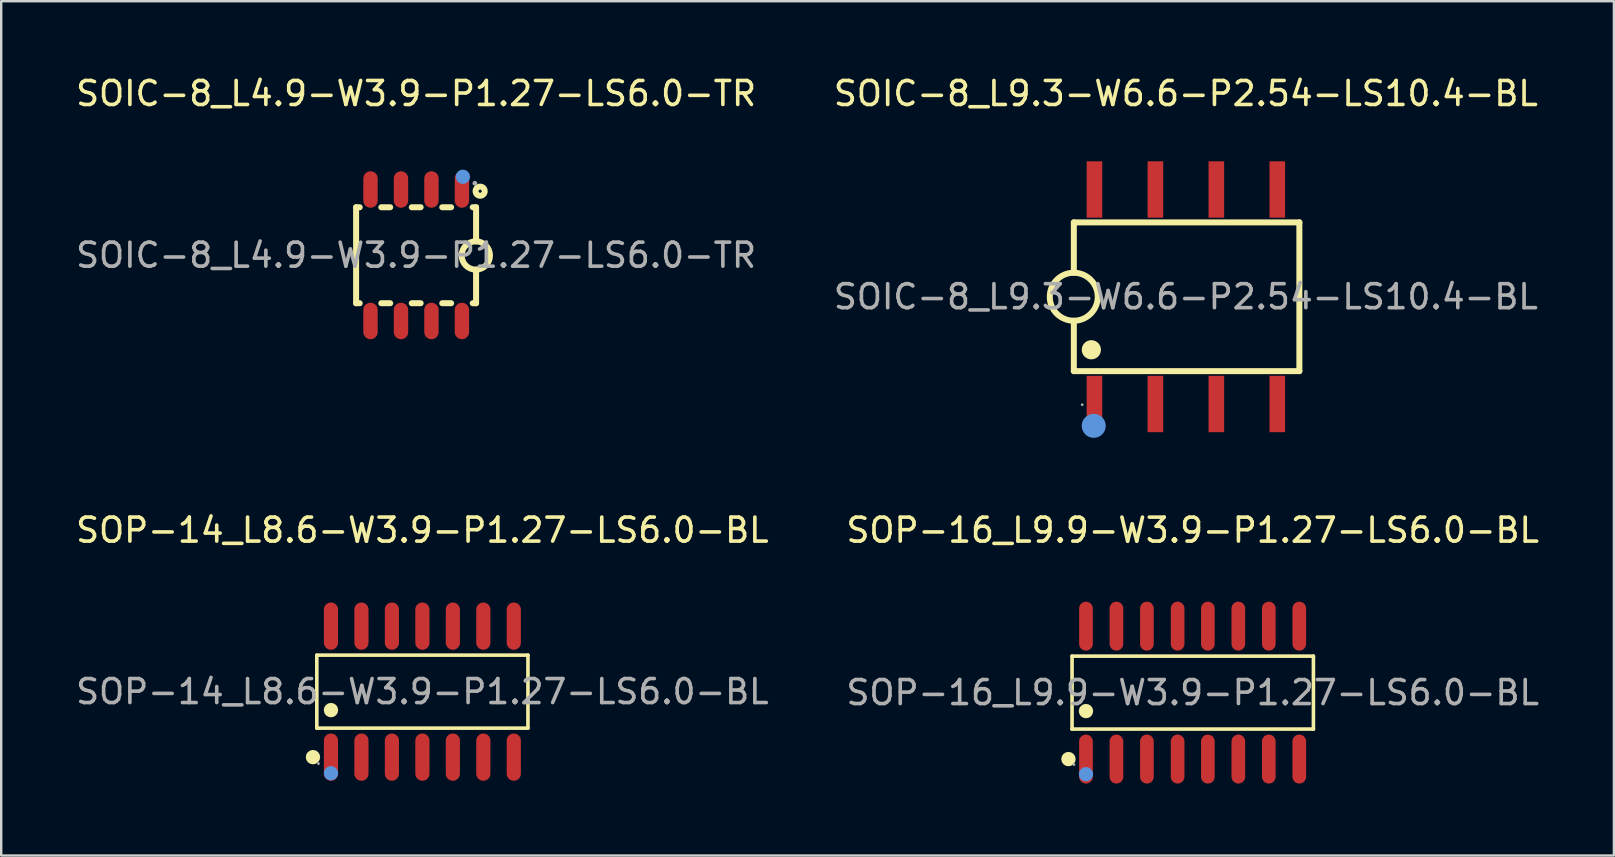
<source format=kicad_pcb>
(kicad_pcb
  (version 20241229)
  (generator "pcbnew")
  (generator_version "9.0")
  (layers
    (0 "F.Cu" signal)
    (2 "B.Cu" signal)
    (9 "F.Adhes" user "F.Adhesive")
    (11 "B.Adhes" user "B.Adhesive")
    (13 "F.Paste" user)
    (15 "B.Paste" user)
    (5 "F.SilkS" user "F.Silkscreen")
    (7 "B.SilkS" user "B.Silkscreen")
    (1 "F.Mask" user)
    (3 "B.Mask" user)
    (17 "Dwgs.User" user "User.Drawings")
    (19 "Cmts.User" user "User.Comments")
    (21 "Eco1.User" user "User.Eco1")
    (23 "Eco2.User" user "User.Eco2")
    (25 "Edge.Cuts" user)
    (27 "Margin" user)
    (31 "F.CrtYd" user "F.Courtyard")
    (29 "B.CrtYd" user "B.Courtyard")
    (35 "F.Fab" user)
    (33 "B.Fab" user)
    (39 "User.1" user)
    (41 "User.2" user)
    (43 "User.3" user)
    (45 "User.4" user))
  (footprint "SOP-14_L8.6-W3.9-P1.27-LS6.0-BL"
    (layer "F.Cu")
    (at 14.554 25.776)
    (property "Reference" "SOP-14_L8.6-W3.9-P1.27-LS6.0-BL" (at 0 -6.73 0) (layer "F.SilkS") (effects (font (size 1 1) (thickness 0.15))))
    (attr through_hole)
    (fp_line (start -4.4 -1.52) (end 4.4 -1.52) (stroke (width 0.15) (type solid)) (layer "F.SilkS"))
    (fp_line (start -4.4 1.52) (end -4.4 -1.52) (stroke (width 0.15) (type solid)) (layer "F.SilkS"))
    (fp_line (start 4.4 -1.52) (end 4.4 1.52) (stroke (width 0.15) (type solid)) (layer "F.SilkS"))
    (fp_line (start 4.4 1.52) (end -4.4 1.52) (stroke (width 0.15) (type solid)) (layer "F.SilkS"))
    (fp_circle (center -4.56 2.73) (end -4.41 2.73) (stroke (width 0.3) (type solid)) (fill no) (layer "F.SilkS"))
    (fp_circle (center -3.81 0.77) (end -3.66 0.77) (stroke (width 0.3) (type solid)) (fill no) (layer "F.SilkS"))
    (fp_circle (center -3.81 3.4) (end -3.66 3.4) (stroke (width 0.3) (type solid)) (fill no) (layer "Cmts.User"))
    (fp_circle (center -4.33 3) (end -4.3 3) (stroke (width 0.06) (type solid)) (fill no) (layer "F.Fab"))
    (fp_text user "${REFERENCE}" (at 0 0 0) (layer "F.Fab") (effects (font (size 1 1) (thickness 0.15))))
    (pad "1" smd oval (at -3.81 2.73) (size 0.59 1.97) (layers "F.Cu" "F.Mask" "F.Paste"))
    (pad "2" smd oval (at -2.54 2.73) (size 0.59 1.97) (layers "F.Cu" "F.Mask" "F.Paste"))
    (pad "3" smd oval (at -1.27 2.73) (size 0.59 1.97) (layers "F.Cu" "F.Mask" "F.Paste"))
    (pad "4" smd oval (at 0 2.73) (size 0.59 1.97) (layers "F.Cu" "F.Mask" "F.Paste"))
    (pad "5" smd oval (at 1.27 2.73) (size 0.59 1.97) (layers "F.Cu" "F.Mask" "F.Paste"))
    (pad "6" smd oval (at 2.54 2.73) (size 0.59 1.97) (layers "F.Cu" "F.Mask" "F.Paste"))
    (pad "7" smd oval (at 3.81 2.73) (size 0.59 1.97) (layers "F.Cu" "F.Mask" "F.Paste"))
    (pad "8" smd oval (at 3.81 -2.73) (size 0.59 1.97) (layers "F.Cu" "F.Mask" "F.Paste"))
    (pad "9" smd oval (at 2.54 -2.73) (size 0.59 1.97) (layers "F.Cu" "F.Mask" "F.Paste"))
    (pad "10" smd oval (at 1.27 -2.73) (size 0.59 1.97) (layers "F.Cu" "F.Mask" "F.Paste"))
    (pad "11" smd oval (at 0 -2.73) (size 0.59 1.97) (layers "F.Cu" "F.Mask" "F.Paste"))
    (pad "12" smd oval (at -1.27 -2.73) (size 0.59 1.97) (layers "F.Cu" "F.Mask" "F.Paste"))
    (pad "13" smd oval (at -2.54 -2.73) (size 0.59 1.97) (layers "F.Cu" "F.Mask" "F.Paste"))
    (pad "14" smd oval (at -3.81 -2.73) (size 0.59 1.97) (layers "F.Cu" "F.Mask" "F.Paste")))
  (footprint "SOP-16_L9.9-W3.9-P1.27-LS6.0-BL"
    (layer "F.Cu")
    (at 46.661 25.817)
    (property "Reference" "SOP-16_L9.9-W3.9-P1.27-LS6.0-BL" (at 0 -6.77 0) (layer "F.SilkS") (effects (font (size 1 1) (thickness 0.15))))
    (attr through_hole)
    (fp_line (start -5.03 -1.52) (end 5.03 -1.52) (stroke (width 0.15) (type solid)) (layer "F.SilkS"))
    (fp_line (start -5.03 1.52) (end -5.03 -1.52) (stroke (width 0.15) (type solid)) (layer "F.SilkS"))
    (fp_line (start 5.03 -1.52) (end 5.03 1.52) (stroke (width 0.15) (type solid)) (layer "F.SilkS"))
    (fp_line (start 5.03 1.52) (end -5.03 1.52) (stroke (width 0.15) (type solid)) (layer "F.SilkS"))
    (fp_circle (center -5.18 2.77) (end -5.03 2.77) (stroke (width 0.3) (type solid)) (fill no) (layer "F.SilkS"))
    (fp_circle (center -4.45 0.77) (end -4.3 0.77) (stroke (width 0.3) (type solid)) (fill no) (layer "F.SilkS"))
    (fp_circle (center -4.45 3.4) (end -4.3 3.4) (stroke (width 0.3) (type solid)) (fill no) (layer "Cmts.User"))
    (fp_circle (center -4.95 3) (end -4.92 3) (stroke (width 0.06) (type solid)) (fill no) (layer "F.Fab"))
    (fp_text user "${REFERENCE}" (at 0 0 0) (layer "F.Fab") (effects (font (size 1 1) (thickness 0.15))))
    (pad "1" smd oval (at -4.45 2.77) (size 0.57 2.04) (layers "F.Cu" "F.Mask" "F.Paste"))
    (pad "2" smd oval (at -3.18 2.77) (size 0.57 2.04) (layers "F.Cu" "F.Mask" "F.Paste"))
    (pad "3" smd oval (at -1.91 2.77) (size 0.57 2.04) (layers "F.Cu" "F.Mask" "F.Paste"))
    (pad "4" smd oval (at -0.63 2.77) (size 0.57 2.04) (layers "F.Cu" "F.Mask" "F.Paste"))
    (pad "5" smd oval (at 0.63 2.77) (size 0.57 2.04) (layers "F.Cu" "F.Mask" "F.Paste"))
    (pad "6" smd oval (at 1.9 2.77) (size 0.57 2.04) (layers "F.Cu" "F.Mask" "F.Paste"))
    (pad "7" smd oval (at 3.17 2.77) (size 0.57 2.04) (layers "F.Cu" "F.Mask" "F.Paste"))
    (pad "8" smd oval (at 4.44 2.77) (size 0.57 2.04) (layers "F.Cu" "F.Mask" "F.Paste"))
    (pad "9" smd oval (at 4.44 -2.77) (size 0.57 2.04) (layers "F.Cu" "F.Mask" "F.Paste"))
    (pad "10" smd oval (at 3.17 -2.77) (size 0.57 2.04) (layers "F.Cu" "F.Mask" "F.Paste"))
    (pad "11" smd oval (at 1.9 -2.77) (size 0.57 2.04) (layers "F.Cu" "F.Mask" "F.Paste"))
    (pad "12" smd oval (at 0.63 -2.77) (size 0.57 2.04) (layers "F.Cu" "F.Mask" "F.Paste"))
    (pad "13" smd oval (at -0.63 -2.77) (size 0.57 2.04) (layers "F.Cu" "F.Mask" "F.Paste"))
    (pad "14" smd oval (at -1.91 -2.77) (size 0.57 2.04) (layers "F.Cu" "F.Mask" "F.Paste"))
    (pad "15" smd oval (at -3.18 -2.77) (size 0.57 2.04) (layers "F.Cu" "F.Mask" "F.Paste"))
    (pad "16" smd oval (at -4.45 -2.77) (size 0.57 2.04) (layers "F.Cu" "F.Mask" "F.Paste")))
  (footprint "SOIC-8_L4.9-W3.9-P1.27-LS6.0-TR"
    (layer "F.Cu")
    (at 14.292 7.588)
    (property "Reference" "SOIC-8_L4.9-W3.9-P1.27-LS6.0-TR" (at 0 -6.74 0) (layer "F.SilkS") (effects (font (size 1 1) (thickness 0.15))))
    (attr through_hole)
    (fp_line (start -2.5 2) (end -2.5 -2) (stroke (width 0.25) (type solid)) (layer "F.SilkS"))
    (fp_line (start -2.35 -2) (end -2.5 -2) (stroke (width 0.25) (type solid)) (layer "F.SilkS"))
    (fp_line (start -2.35 2) (end -2.5 2) (stroke (width 0.25) (type solid)) (layer "F.SilkS"))
    (fp_line (start -1.08 -2) (end -1.45 -2) (stroke (width 0.25) (type solid)) (layer "F.SilkS"))
    (fp_line (start -1.08 2) (end -1.45 2) (stroke (width 0.25) (type solid)) (layer "F.SilkS"))
    (fp_line (start 0.19 -2) (end -0.18 -2) (stroke (width 0.25) (type solid)) (layer "F.SilkS"))
    (fp_line (start 0.19 2) (end -0.18 2) (stroke (width 0.25) (type solid)) (layer "F.SilkS"))
    (fp_line (start 1.46 -2) (end 1.09 -2) (stroke (width 0.25) (type solid)) (layer "F.SilkS"))
    (fp_line (start 1.46 2) (end 1.09 2) (stroke (width 0.25) (type solid)) (layer "F.SilkS"))
    (fp_line (start 2.5 -2) (end 2.36 -2) (stroke (width 0.25) (type solid)) (layer "F.SilkS"))
    (fp_line (start 2.5 -0.58) (end 2.5 -2) (stroke (width 0.25) (type solid)) (layer "F.SilkS"))
    (fp_line (start 2.5 2) (end 2.36 2) (stroke (width 0.25) (type solid)) (layer "F.SilkS"))
    (fp_line (start 2.5 2) (end 2.5 0.6) (stroke (width 0.25) (type solid)) (layer "F.SilkS"))
    (fp_arc (start 2.500297 -0.57991) (mid 2.484851 0.599977) (end 2.49 -0.58) (stroke (width 0.25) (type solid)) (layer "F.SilkS"))
    (fp_circle (center 2.67 -2.67) (end 2.86 -2.67) (stroke (width 0.25) (type solid)) (fill no) (layer "F.SilkS"))
    (fp_circle (center 1.95 -3.27) (end 2.1 -3.27) (stroke (width 0.3) (type solid)) (fill no) (layer "Cmts.User"))
    (fp_circle (center 2.45 -3) (end 2.5 -3) (stroke (width 0.1) (type solid)) (fill no) (layer "F.Fab"))
    (fp_text user "${REFERENCE}" (at 0 0 0) (layer "F.Fab") (effects (font (size 1 1) (thickness 0.15))))
    (pad "1" smd oval (at 1.91 -2.74) (size 0.6 1.52) (layers "F.Cu" "F.Mask" "F.Paste"))
    (pad "2" smd oval (at 0.64 -2.74) (size 0.6 1.52) (layers "F.Cu" "F.Mask" "F.Paste"))
    (pad "3" smd oval (at -0.63 -2.74) (size 0.6 1.52) (layers "F.Cu" "F.Mask" "F.Paste"))
    (pad "4" smd oval (at -1.9 -2.74) (size 0.6 1.52) (layers "F.Cu" "F.Mask" "F.Paste"))
    (pad "5" smd oval (at -1.9 2.74) (size 0.6 1.52) (layers "F.Cu" "F.Mask" "F.Paste"))
    (pad "6" smd oval (at -0.63 2.74) (size 0.6 1.52) (layers "F.Cu" "F.Mask" "F.Paste"))
    (pad "7" smd oval (at 0.64 2.74) (size 0.6 1.52) (layers "F.Cu" "F.Mask" "F.Paste"))
    (pad "8" smd oval (at 1.91 2.74) (size 0.6 1.52) (layers "F.Cu" "F.Mask" "F.Paste")))
  (footprint "SOIC-8_L9.3-W6.6-P2.54-LS10.4-BL"
    (layer "F.Cu")
    (at 46.375 9.318)
    (property "Reference" "SOIC-8_L9.3-W6.6-P2.54-LS10.4-BL" (at 0 -8.47 0) (layer "F.SilkS") (effects (font (size 1 1) (thickness 0.15))))
    (attr through_hole)
    (fp_line (start -4.67 -3.1) (end 4.73 -3.1) (stroke (width 0.25) (type solid)) (layer "F.SilkS"))
    (fp_line (start -4.67 -1) (end -4.67 -3.1) (stroke (width 0.25) (type solid)) (layer "F.SilkS"))
    (fp_line (start -4.67 3.1) (end -4.67 1) (stroke (width 0.25) (type solid)) (layer "F.SilkS"))
    (fp_line (start 4.73 -3.1) (end 4.73 3.1) (stroke (width 0.25) (type solid)) (layer "F.SilkS"))
    (fp_line (start 4.73 3.1) (end -4.67 3.1) (stroke (width 0.25) (type solid)) (layer "F.SilkS"))
    (fp_arc (start -4.652548 -0.999848) (mid -4.678726 0.999962) (end -4.67 -1) (stroke (width 0.25) (type solid)) (layer "F.SilkS"))
    (fp_arc (start -3.94 2.21) (mid -3.94 2.21) (end -3.94 2.21) (stroke (width 0.4) (type solid)) (layer "F.SilkS"))
    (fp_circle (center -3.84 5.38) (end -3.59 5.38) (stroke (width 0.5) (type solid)) (fill no) (layer "Cmts.User"))
    (fp_circle (center -4.32 4.5) (end -4.29 4.5) (stroke (width 0.06) (type solid)) (fill no) (layer "F.Fab"))
    (fp_text user "${REFERENCE}" (at 0 0 0) (layer "F.Fab") (effects (font (size 1 1) (thickness 0.15))))
    (pad "1" smd rect (at -3.81 4.47 90) (size 2.35 0.65) (layers "F.Cu" "F.Mask" "F.Paste"))
    (pad "2" smd rect (at -1.27 4.47 90) (size 2.35 0.65) (layers "F.Cu" "F.Mask" "F.Paste"))
    (pad "3" smd rect (at 1.27 4.47 90) (size 2.35 0.65) (layers "F.Cu" "F.Mask" "F.Paste"))
    (pad "4" smd rect (at 3.81 4.47 90) (size 2.35 0.65) (layers "F.Cu" "F.Mask" "F.Paste"))
    (pad "5" smd rect (at 3.81 -4.47 90) (size 2.35 0.65) (layers "F.Cu" "F.Mask" "F.Paste"))
    (pad "6" smd rect (at 1.27 -4.47 90) (size 2.35 0.65) (layers "F.Cu" "F.Mask" "F.Paste"))
    (pad "7" smd rect (at -1.27 -4.47 90) (size 2.35 0.65) (layers "F.Cu" "F.Mask" "F.Paste"))
    (pad "8" smd rect (at -3.81 -4.47 90) (size 2.35 0.65) (layers "F.Cu" "F.Mask" "F.Paste")))
  (gr_rect
    (start -3 -3)
    (end 64.214 32.606)
    (stroke (width 0.1) (type default))
    (fill no)
    (layer "Edge.Cuts")))
</source>
